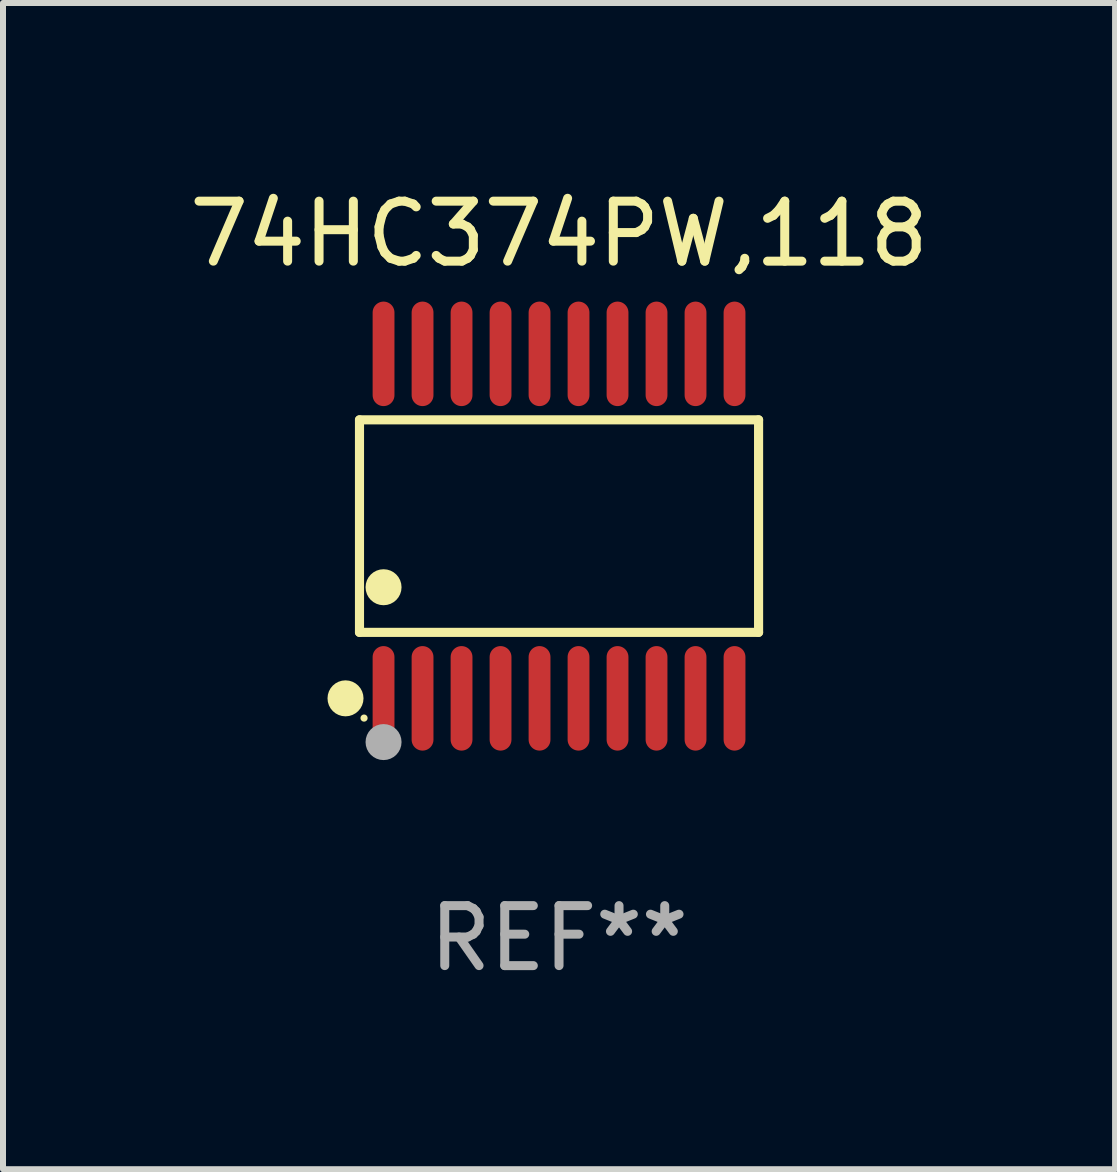
<source format=kicad_pcb>
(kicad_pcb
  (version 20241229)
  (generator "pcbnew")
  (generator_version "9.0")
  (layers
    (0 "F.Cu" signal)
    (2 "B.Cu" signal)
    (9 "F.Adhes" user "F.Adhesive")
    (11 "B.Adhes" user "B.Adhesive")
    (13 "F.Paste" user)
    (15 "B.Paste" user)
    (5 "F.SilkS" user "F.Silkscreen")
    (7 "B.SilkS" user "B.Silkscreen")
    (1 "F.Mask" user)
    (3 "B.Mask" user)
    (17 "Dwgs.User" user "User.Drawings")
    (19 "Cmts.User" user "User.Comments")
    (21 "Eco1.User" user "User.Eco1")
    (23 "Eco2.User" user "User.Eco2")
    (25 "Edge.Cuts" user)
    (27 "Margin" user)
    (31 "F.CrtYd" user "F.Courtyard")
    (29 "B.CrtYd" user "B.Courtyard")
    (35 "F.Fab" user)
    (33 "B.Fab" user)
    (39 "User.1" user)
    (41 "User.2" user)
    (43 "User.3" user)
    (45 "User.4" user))
  (footprint "74HC374PW,118"
    (layer "F.Cu")
    (at 6.268 5.719)
    (property "Reference" "74HC374PW,118" (at 0 -4.871 0) (layer "F.SilkS") (effects (font (size 1 1) (thickness 0.15))))
    (attr through_hole)
    (fp_line (start -3.326 -1.771) (end 3.326 -1.771) (stroke (width 0.152) (type solid)) (layer "F.SilkS"))
    (fp_line (start -3.326 1.771) (end -3.326 -1.771) (stroke (width 0.152) (type solid)) (layer "F.SilkS"))
    (fp_line (start 3.326 -1.771) (end 3.326 1.771) (stroke (width 0.152) (type solid)) (layer "F.SilkS"))
    (fp_line (start 3.326 1.771) (end -3.326 1.771) (stroke (width 0.152) (type solid)) (layer "F.SilkS"))
    (fp_circle (center -3.559 2.871) (end -3.409 2.871) (stroke (width 0.3) (type solid)) (fill no) (layer "F.SilkS"))
    (fp_circle (center -3.25 3.2) (end -3.22 3.2) (stroke (width 0.06) (type solid)) (fill no) (layer "F.SilkS"))
    (fp_circle (center -2.925 1.019) (end -2.775 1.019) (stroke (width 0.3) (type solid)) (fill no) (layer "F.SilkS"))
    (fp_circle (center -2.925 3.6) (end -2.775 3.6) (stroke (width 0.3) (type solid)) (fill no) (layer "F.Fab"))
    (fp_text user "REF**" (at 0 6.871 0) (layer "F.Fab") (effects (font (size 1 1) (thickness 0.15))))
    (pad "1" smd oval (at -2.925 2.871) (size 0.364 1.742) (layers "F.Cu" "F.Mask" "F.Paste"))
    (pad "2" smd oval (at -2.275 2.871) (size 0.364 1.742) (layers "F.Cu" "F.Mask" "F.Paste"))
    (pad "3" smd oval (at -1.625 2.871) (size 0.364 1.742) (layers "F.Cu" "F.Mask" "F.Paste"))
    (pad "4" smd oval (at -0.975 2.871) (size 0.364 1.742) (layers "F.Cu" "F.Mask" "F.Paste"))
    (pad "5" smd oval (at -0.325 2.871) (size 0.364 1.742) (layers "F.Cu" "F.Mask" "F.Paste"))
    (pad "6" smd oval (at 0.325 2.871) (size 0.364 1.742) (layers "F.Cu" "F.Mask" "F.Paste"))
    (pad "7" smd oval (at 0.975 2.871) (size 0.364 1.742) (layers "F.Cu" "F.Mask" "F.Paste"))
    (pad "8" smd oval (at 1.625 2.871) (size 0.364 1.742) (layers "F.Cu" "F.Mask" "F.Paste"))
    (pad "9" smd oval (at 2.275 2.871) (size 0.364 1.742) (layers "F.Cu" "F.Mask" "F.Paste"))
    (pad "10" smd oval (at 2.925 2.871) (size 0.364 1.742) (layers "F.Cu" "F.Mask" "F.Paste"))
    (pad "11" smd oval (at 2.925 -2.871) (size 0.364 1.742) (layers "F.Cu" "F.Mask" "F.Paste"))
    (pad "12" smd oval (at 2.275 -2.871) (size 0.364 1.742) (layers "F.Cu" "F.Mask" "F.Paste"))
    (pad "13" smd oval (at 1.625 -2.871) (size 0.364 1.742) (layers "F.Cu" "F.Mask" "F.Paste"))
    (pad "14" smd oval (at 0.975 -2.871) (size 0.364 1.742) (layers "F.Cu" "F.Mask" "F.Paste"))
    (pad "15" smd oval (at 0.325 -2.871) (size 0.364 1.742) (layers "F.Cu" "F.Mask" "F.Paste"))
    (pad "16" smd oval (at -0.325 -2.871) (size 0.364 1.742) (layers "F.Cu" "F.Mask" "F.Paste"))
    (pad "17" smd oval (at -0.975 -2.871) (size 0.364 1.742) (layers "F.Cu" "F.Mask" "F.Paste"))
    (pad "18" smd oval (at -1.625 -2.871) (size 0.364 1.742) (layers "F.Cu" "F.Mask" "F.Paste"))
    (pad "19" smd oval (at -2.275 -2.871) (size 0.364 1.742) (layers "F.Cu" "F.Mask" "F.Paste"))
    (pad "20" smd oval (at -2.925 -2.871) (size 0.364 1.742) (layers "F.Cu" "F.Mask" "F.Paste")))
  (gr_rect
    (start -3 -3)
    (end 15.536 16.438)
    (stroke (width 0.1) (type default))
    (fill no)
    (layer "Edge.Cuts")))
</source>
